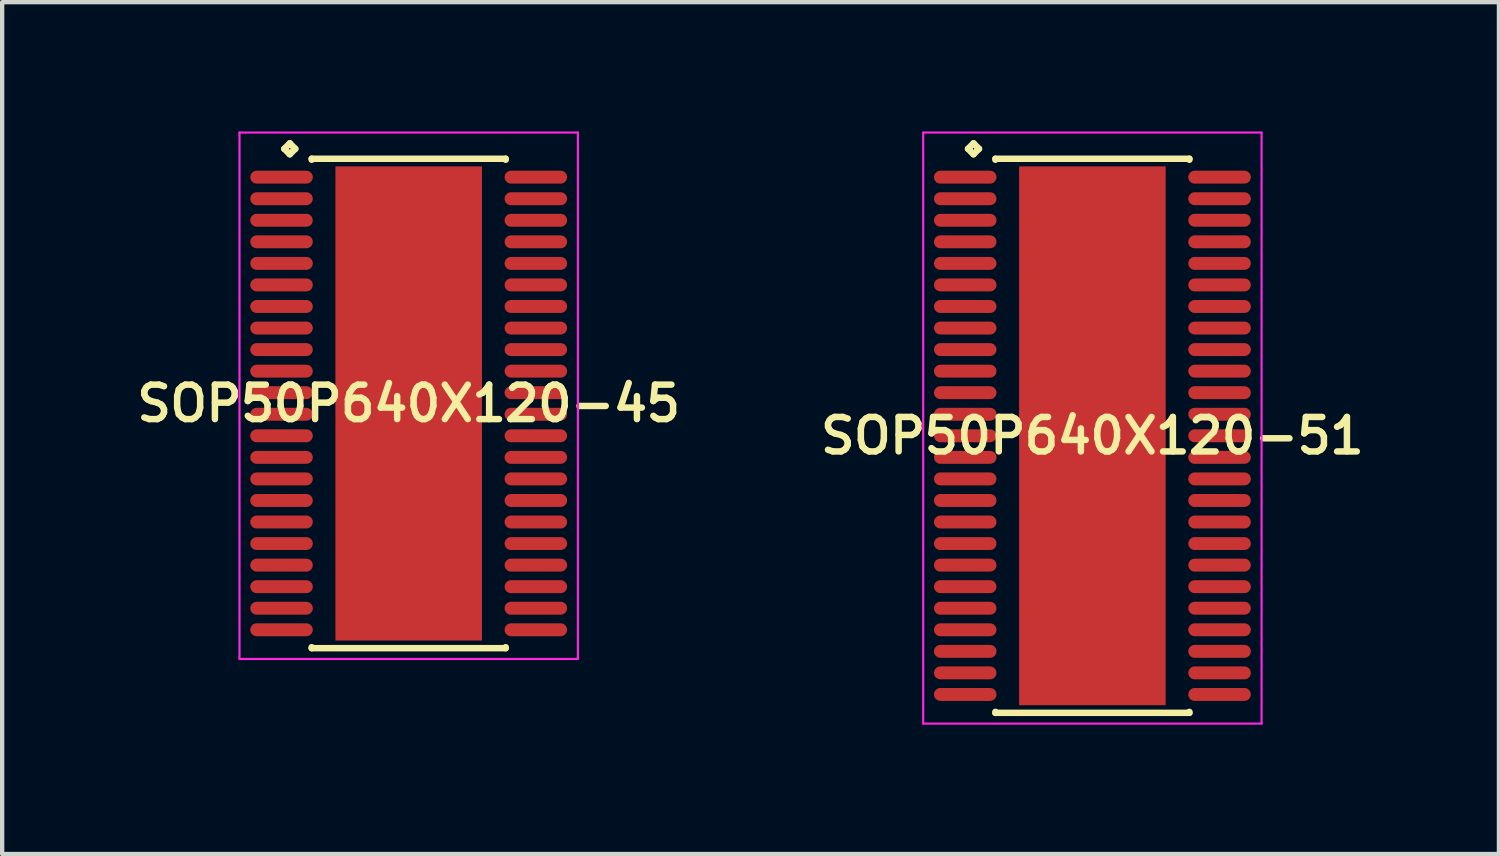
<source format=kicad_pcb>
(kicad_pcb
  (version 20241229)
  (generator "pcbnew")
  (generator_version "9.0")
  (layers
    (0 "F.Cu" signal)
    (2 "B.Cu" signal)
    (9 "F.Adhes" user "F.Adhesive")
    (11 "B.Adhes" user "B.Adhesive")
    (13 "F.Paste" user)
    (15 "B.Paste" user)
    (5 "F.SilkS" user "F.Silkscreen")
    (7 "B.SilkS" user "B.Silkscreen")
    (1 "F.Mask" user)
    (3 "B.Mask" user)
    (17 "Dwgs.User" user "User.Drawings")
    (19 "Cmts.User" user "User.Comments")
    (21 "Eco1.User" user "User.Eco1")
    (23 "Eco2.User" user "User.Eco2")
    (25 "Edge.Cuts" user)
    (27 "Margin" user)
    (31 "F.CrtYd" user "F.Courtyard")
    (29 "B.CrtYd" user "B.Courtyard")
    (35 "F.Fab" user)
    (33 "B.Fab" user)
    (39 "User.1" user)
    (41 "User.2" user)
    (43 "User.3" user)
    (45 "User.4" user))
  (footprint "SOP50P640X120-51"
    (layer "F.Cu")
    (at 22.292 7.06)
    (property "Reference" "SOP50P640X120-51" (at 0 0 0) (layer "F.SilkS") (effects (font (size 0.8 0.8) (thickness 0.15))))
    (attr smd)
    (fp_line (start -2.885 -6.658) (end -2.758 -6.785) (stroke (width 0.15) (type solid)) (layer "F.SilkS"))
    (fp_line (start -2.758 -6.785) (end -2.631 -6.658) (stroke (width 0.15) (type solid)) (layer "F.SilkS"))
    (fp_line (start -2.758 -6.531) (end -2.885 -6.658) (stroke (width 0.15) (type solid)) (layer "F.SilkS"))
    (fp_line (start -2.631 -6.658) (end -2.758 -6.531) (stroke (width 0.15) (type solid)) (layer "F.SilkS"))
    (fp_line (start -2.25 -6.427) (end 2.25 -6.427) (stroke (width 0.15) (type solid)) (layer "F.SilkS"))
    (fp_line (start -2.25 -6.404) (end -2.25 -6.427) (stroke (width 0.15) (type solid)) (layer "F.SilkS"))
    (fp_line (start -2.25 6.404) (end -2.25 6.427) (stroke (width 0.15) (type solid)) (layer "F.SilkS"))
    (fp_line (start -2.25 6.427) (end 2.25 6.427) (stroke (width 0.15) (type solid)) (layer "F.SilkS"))
    (fp_line (start 2.25 -6.427) (end 2.25 -6.404) (stroke (width 0.15) (type solid)) (layer "F.SilkS"))
    (fp_line (start 2.25 6.427) (end 2.25 6.404) (stroke (width 0.15) (type solid)) (layer "F.SilkS"))
    (fp_line (start -3.925 -7.035) (end 3.925 -7.035) (stroke (width 0.05) (type solid)) (layer "F.CrtYd"))
    (fp_line (start -3.925 6.677) (end -3.925 -7.035) (stroke (width 0.05) (type solid)) (layer "F.CrtYd"))
    (fp_line (start 3.925 -7.035) (end 3.925 6.677) (stroke (width 0.05) (type solid)) (layer "F.CrtYd"))
    (fp_line (start 3.925 6.677) (end -3.925 6.677) (stroke (width 0.05) (type solid)) (layer "F.CrtYd"))
    (pad "1" smd oval (at -2.95 -6) (size 1.45 0.3) (layers "F.Cu" "F.Mask" "F.Paste"))
    (pad "2" smd oval (at -2.95 -5.5) (size 1.45 0.3) (layers "F.Cu" "F.Mask" "F.Paste"))
    (pad "3" smd oval (at -2.95 -5) (size 1.45 0.3) (layers "F.Cu" "F.Mask" "F.Paste"))
    (pad "4" smd oval (at -2.95 -4.5) (size 1.45 0.3) (layers "F.Cu" "F.Mask" "F.Paste"))
    (pad "5" smd oval (at -2.95 -4) (size 1.45 0.3) (layers "F.Cu" "F.Mask" "F.Paste"))
    (pad "6" smd oval (at -2.95 -3.5) (size 1.45 0.3) (layers "F.Cu" "F.Mask" "F.Paste"))
    (pad "7" smd oval (at -2.95 -3) (size 1.45 0.3) (layers "F.Cu" "F.Mask" "F.Paste"))
    (pad "8" smd oval (at -2.95 -2.5) (size 1.45 0.3) (layers "F.Cu" "F.Mask" "F.Paste"))
    (pad "9" smd oval (at -2.95 -2) (size 1.45 0.3) (layers "F.Cu" "F.Mask" "F.Paste"))
    (pad "10" smd oval (at -2.95 -1.5) (size 1.45 0.3) (layers "F.Cu" "F.Mask" "F.Paste"))
    (pad "11" smd oval (at -2.95 -1) (size 1.45 0.3) (layers "F.Cu" "F.Mask" "F.Paste"))
    (pad "12" smd oval (at -2.95 -0.5) (size 1.45 0.3) (layers "F.Cu" "F.Mask" "F.Paste"))
    (pad "13" smd oval (at -2.95 0) (size 1.45 0.3) (layers "F.Cu" "F.Mask" "F.Paste"))
    (pad "14" smd oval (at -2.95 0.5) (size 1.45 0.3) (layers "F.Cu" "F.Mask" "F.Paste"))
    (pad "15" smd oval (at -2.95 1) (size 1.45 0.3) (layers "F.Cu" "F.Mask" "F.Paste"))
    (pad "16" smd oval (at -2.95 1.5) (size 1.45 0.3) (layers "F.Cu" "F.Mask" "F.Paste"))
    (pad "17" smd oval (at -2.95 2) (size 1.45 0.3) (layers "F.Cu" "F.Mask" "F.Paste"))
    (pad "18" smd oval (at -2.95 2.5) (size 1.45 0.3) (layers "F.Cu" "F.Mask" "F.Paste"))
    (pad "19" smd oval (at -2.95 3) (size 1.45 0.3) (layers "F.Cu" "F.Mask" "F.Paste"))
    (pad "20" smd oval (at -2.95 3.5) (size 1.45 0.3) (layers "F.Cu" "F.Mask" "F.Paste"))
    (pad "21" smd oval (at -2.95 4) (size 1.45 0.3) (layers "F.Cu" "F.Mask" "F.Paste"))
    (pad "22" smd oval (at -2.95 4.5) (size 1.45 0.3) (layers "F.Cu" "F.Mask" "F.Paste"))
    (pad "23" smd oval (at -2.95 5) (size 1.45 0.3) (layers "F.Cu" "F.Mask" "F.Paste"))
    (pad "24" smd oval (at -2.95 5.5) (size 1.45 0.3) (layers "F.Cu" "F.Mask" "F.Paste"))
    (pad "25" smd oval (at -2.95 6) (size 1.45 0.3) (layers "F.Cu" "F.Mask" "F.Paste"))
    (pad "26" smd oval (at 2.95 6) (size 1.45 0.3) (layers "F.Cu" "F.Mask" "F.Paste"))
    (pad "27" smd oval (at 2.95 5.5) (size 1.45 0.3) (layers "F.Cu" "F.Mask" "F.Paste"))
    (pad "28" smd oval (at 2.95 5) (size 1.45 0.3) (layers "F.Cu" "F.Mask" "F.Paste"))
    (pad "29" smd oval (at 2.95 4.5) (size 1.45 0.3) (layers "F.Cu" "F.Mask" "F.Paste"))
    (pad "30" smd oval (at 2.95 4) (size 1.45 0.3) (layers "F.Cu" "F.Mask" "F.Paste"))
    (pad "31" smd oval (at 2.95 3.5) (size 1.45 0.3) (layers "F.Cu" "F.Mask" "F.Paste"))
    (pad "32" smd oval (at 2.95 3) (size 1.45 0.3) (layers "F.Cu" "F.Mask" "F.Paste"))
    (pad "33" smd oval (at 2.95 2.5) (size 1.45 0.3) (layers "F.Cu" "F.Mask" "F.Paste"))
    (pad "34" smd oval (at 2.95 2) (size 1.45 0.3) (layers "F.Cu" "F.Mask" "F.Paste"))
    (pad "35" smd oval (at 2.95 1.5) (size 1.45 0.3) (layers "F.Cu" "F.Mask" "F.Paste"))
    (pad "36" smd oval (at 2.95 1) (size 1.45 0.3) (layers "F.Cu" "F.Mask" "F.Paste"))
    (pad "37" smd oval (at 2.95 0.5) (size 1.45 0.3) (layers "F.Cu" "F.Mask" "F.Paste"))
    (pad "38" smd oval (at 2.95 0) (size 1.45 0.3) (layers "F.Cu" "F.Mask" "F.Paste"))
    (pad "39" smd oval (at 2.95 -0.5) (size 1.45 0.3) (layers "F.Cu" "F.Mask" "F.Paste"))
    (pad "40" smd oval (at 2.95 -1) (size 1.45 0.3) (layers "F.Cu" "F.Mask" "F.Paste"))
    (pad "41" smd oval (at 2.95 -1.5) (size 1.45 0.3) (layers "F.Cu" "F.Mask" "F.Paste"))
    (pad "42" smd oval (at 2.95 -2) (size 1.45 0.3) (layers "F.Cu" "F.Mask" "F.Paste"))
    (pad "43" smd oval (at 2.95 -2.5) (size 1.45 0.3) (layers "F.Cu" "F.Mask" "F.Paste"))
    (pad "44" smd oval (at 2.95 -3) (size 1.45 0.3) (layers "F.Cu" "F.Mask" "F.Paste"))
    (pad "45" smd oval (at 2.95 -3.5) (size 1.45 0.3) (layers "F.Cu" "F.Mask" "F.Paste"))
    (pad "46" smd oval (at 2.95 -4) (size 1.45 0.3) (layers "F.Cu" "F.Mask" "F.Paste"))
    (pad "47" smd oval (at 2.95 -4.5) (size 1.45 0.3) (layers "F.Cu" "F.Mask" "F.Paste"))
    (pad "48" smd oval (at 2.95 -5) (size 1.45 0.3) (layers "F.Cu" "F.Mask" "F.Paste"))
    (pad "49" smd oval (at 2.95 -5.5) (size 1.45 0.3) (layers "F.Cu" "F.Mask" "F.Paste"))
    (pad "50" smd oval (at 2.95 -6) (size 1.45 0.3) (layers "F.Cu" "F.Mask" "F.Paste"))
    (pad "51" smd rect (at 0 0) (size 3.4 12.5) (layers "F.Cu" "F.Mask" "F.Paste")))
  (footprint "SOP50P640X120-45"
    (layer "F.Cu")
    (at 6.431 6.31)
    (property "Reference" "SOP50P640X120-45" (at 0 0 0) (layer "F.SilkS") (effects (font (size 0.8 0.8) (thickness 0.15))))
    (attr smd)
    (fp_line (start -2.885 -5.908) (end -2.758 -6.035) (stroke (width 0.15) (type solid)) (layer "F.SilkS"))
    (fp_line (start -2.758 -6.035) (end -2.631 -5.908) (stroke (width 0.15) (type solid)) (layer "F.SilkS"))
    (fp_line (start -2.758 -5.781) (end -2.885 -5.908) (stroke (width 0.15) (type solid)) (layer "F.SilkS"))
    (fp_line (start -2.631 -5.908) (end -2.758 -5.781) (stroke (width 0.15) (type solid)) (layer "F.SilkS"))
    (fp_line (start -2.25 -5.677) (end 2.25 -5.677) (stroke (width 0.15) (type solid)) (layer "F.SilkS"))
    (fp_line (start -2.25 -5.654) (end -2.25 -5.677) (stroke (width 0.15) (type solid)) (layer "F.SilkS"))
    (fp_line (start -2.25 5.654) (end -2.25 5.677) (stroke (width 0.15) (type solid)) (layer "F.SilkS"))
    (fp_line (start -2.25 5.677) (end 2.25 5.677) (stroke (width 0.15) (type solid)) (layer "F.SilkS"))
    (fp_line (start 2.25 -5.677) (end 2.25 -5.654) (stroke (width 0.15) (type solid)) (layer "F.SilkS"))
    (fp_line (start 2.25 5.677) (end 2.25 5.654) (stroke (width 0.15) (type solid)) (layer "F.SilkS"))
    (fp_line (start -3.925 -6.285) (end 3.925 -6.285) (stroke (width 0.05) (type solid)) (layer "F.CrtYd"))
    (fp_line (start -3.925 5.927) (end -3.925 -6.285) (stroke (width 0.05) (type solid)) (layer "F.CrtYd"))
    (fp_line (start 3.925 -6.285) (end 3.925 5.927) (stroke (width 0.05) (type solid)) (layer "F.CrtYd"))
    (fp_line (start 3.925 5.927) (end -3.925 5.927) (stroke (width 0.05) (type solid)) (layer "F.CrtYd"))
    (pad "1" smd oval (at -2.95 -5.25) (size 1.45 0.3) (layers "F.Cu" "F.Mask" "F.Paste"))
    (pad "2" smd oval (at -2.95 -4.75) (size 1.45 0.3) (layers "F.Cu" "F.Mask" "F.Paste"))
    (pad "3" smd oval (at -2.95 -4.25) (size 1.45 0.3) (layers "F.Cu" "F.Mask" "F.Paste"))
    (pad "4" smd oval (at -2.95 -3.75) (size 1.45 0.3) (layers "F.Cu" "F.Mask" "F.Paste"))
    (pad "5" smd oval (at -2.95 -3.25) (size 1.45 0.3) (layers "F.Cu" "F.Mask" "F.Paste"))
    (pad "6" smd oval (at -2.95 -2.75) (size 1.45 0.3) (layers "F.Cu" "F.Mask" "F.Paste"))
    (pad "7" smd oval (at -2.95 -2.25) (size 1.45 0.3) (layers "F.Cu" "F.Mask" "F.Paste"))
    (pad "8" smd oval (at -2.95 -1.75) (size 1.45 0.3) (layers "F.Cu" "F.Mask" "F.Paste"))
    (pad "9" smd oval (at -2.95 -1.25) (size 1.45 0.3) (layers "F.Cu" "F.Mask" "F.Paste"))
    (pad "10" smd oval (at -2.95 -0.75) (size 1.45 0.3) (layers "F.Cu" "F.Mask" "F.Paste"))
    (pad "11" smd oval (at -2.95 -0.25) (size 1.45 0.3) (layers "F.Cu" "F.Mask" "F.Paste"))
    (pad "12" smd oval (at -2.95 0.25) (size 1.45 0.3) (layers "F.Cu" "F.Mask" "F.Paste"))
    (pad "13" smd oval (at -2.95 0.75) (size 1.45 0.3) (layers "F.Cu" "F.Mask" "F.Paste"))
    (pad "14" smd oval (at -2.95 1.25) (size 1.45 0.3) (layers "F.Cu" "F.Mask" "F.Paste"))
    (pad "15" smd oval (at -2.95 1.75) (size 1.45 0.3) (layers "F.Cu" "F.Mask" "F.Paste"))
    (pad "16" smd oval (at -2.95 2.25) (size 1.45 0.3) (layers "F.Cu" "F.Mask" "F.Paste"))
    (pad "17" smd oval (at -2.95 2.75) (size 1.45 0.3) (layers "F.Cu" "F.Mask" "F.Paste"))
    (pad "18" smd oval (at -2.95 3.25) (size 1.45 0.3) (layers "F.Cu" "F.Mask" "F.Paste"))
    (pad "19" smd oval (at -2.95 3.75) (size 1.45 0.3) (layers "F.Cu" "F.Mask" "F.Paste"))
    (pad "20" smd oval (at -2.95 4.25) (size 1.45 0.3) (layers "F.Cu" "F.Mask" "F.Paste"))
    (pad "21" smd oval (at -2.95 4.75) (size 1.45 0.3) (layers "F.Cu" "F.Mask" "F.Paste"))
    (pad "22" smd oval (at -2.95 5.25) (size 1.45 0.3) (layers "F.Cu" "F.Mask" "F.Paste"))
    (pad "23" smd oval (at 2.95 5.25) (size 1.45 0.3) (layers "F.Cu" "F.Mask" "F.Paste"))
    (pad "24" smd oval (at 2.95 4.75) (size 1.45 0.3) (layers "F.Cu" "F.Mask" "F.Paste"))
    (pad "25" smd oval (at 2.95 4.25) (size 1.45 0.3) (layers "F.Cu" "F.Mask" "F.Paste"))
    (pad "26" smd oval (at 2.95 3.75) (size 1.45 0.3) (layers "F.Cu" "F.Mask" "F.Paste"))
    (pad "27" smd oval (at 2.95 3.25) (size 1.45 0.3) (layers "F.Cu" "F.Mask" "F.Paste"))
    (pad "28" smd oval (at 2.95 2.75) (size 1.45 0.3) (layers "F.Cu" "F.Mask" "F.Paste"))
    (pad "29" smd oval (at 2.95 2.25) (size 1.45 0.3) (layers "F.Cu" "F.Mask" "F.Paste"))
    (pad "30" smd oval (at 2.95 1.75) (size 1.45 0.3) (layers "F.Cu" "F.Mask" "F.Paste"))
    (pad "31" smd oval (at 2.95 1.25) (size 1.45 0.3) (layers "F.Cu" "F.Mask" "F.Paste"))
    (pad "32" smd oval (at 2.95 0.75) (size 1.45 0.3) (layers "F.Cu" "F.Mask" "F.Paste"))
    (pad "33" smd oval (at 2.95 0.25) (size 1.45 0.3) (layers "F.Cu" "F.Mask" "F.Paste"))
    (pad "34" smd oval (at 2.95 -0.25) (size 1.45 0.3) (layers "F.Cu" "F.Mask" "F.Paste"))
    (pad "35" smd oval (at 2.95 -0.75) (size 1.45 0.3) (layers "F.Cu" "F.Mask" "F.Paste"))
    (pad "36" smd oval (at 2.95 -1.25) (size 1.45 0.3) (layers "F.Cu" "F.Mask" "F.Paste"))
    (pad "37" smd oval (at 2.95 -1.75) (size 1.45 0.3) (layers "F.Cu" "F.Mask" "F.Paste"))
    (pad "38" smd oval (at 2.95 -2.25) (size 1.45 0.3) (layers "F.Cu" "F.Mask" "F.Paste"))
    (pad "39" smd oval (at 2.95 -2.75) (size 1.45 0.3) (layers "F.Cu" "F.Mask" "F.Paste"))
    (pad "40" smd oval (at 2.95 -3.25) (size 1.45 0.3) (layers "F.Cu" "F.Mask" "F.Paste"))
    (pad "41" smd oval (at 2.95 -3.75) (size 1.45 0.3) (layers "F.Cu" "F.Mask" "F.Paste"))
    (pad "42" smd oval (at 2.95 -4.25) (size 1.45 0.3) (layers "F.Cu" "F.Mask" "F.Paste"))
    (pad "43" smd oval (at 2.95 -4.75) (size 1.45 0.3) (layers "F.Cu" "F.Mask" "F.Paste"))
    (pad "44" smd oval (at 2.95 -5.25) (size 1.45 0.3) (layers "F.Cu" "F.Mask" "F.Paste"))
    (pad "45" smd rect (at 0 0) (size 3.4 11) (layers "F.Cu" "F.Mask" "F.Paste")))
  (gr_rect
    (start -3 -3)
    (end 31.723 16.762)
    (stroke (width 0.1) (type default))
    (fill no)
    (layer "Edge.Cuts")))
</source>
